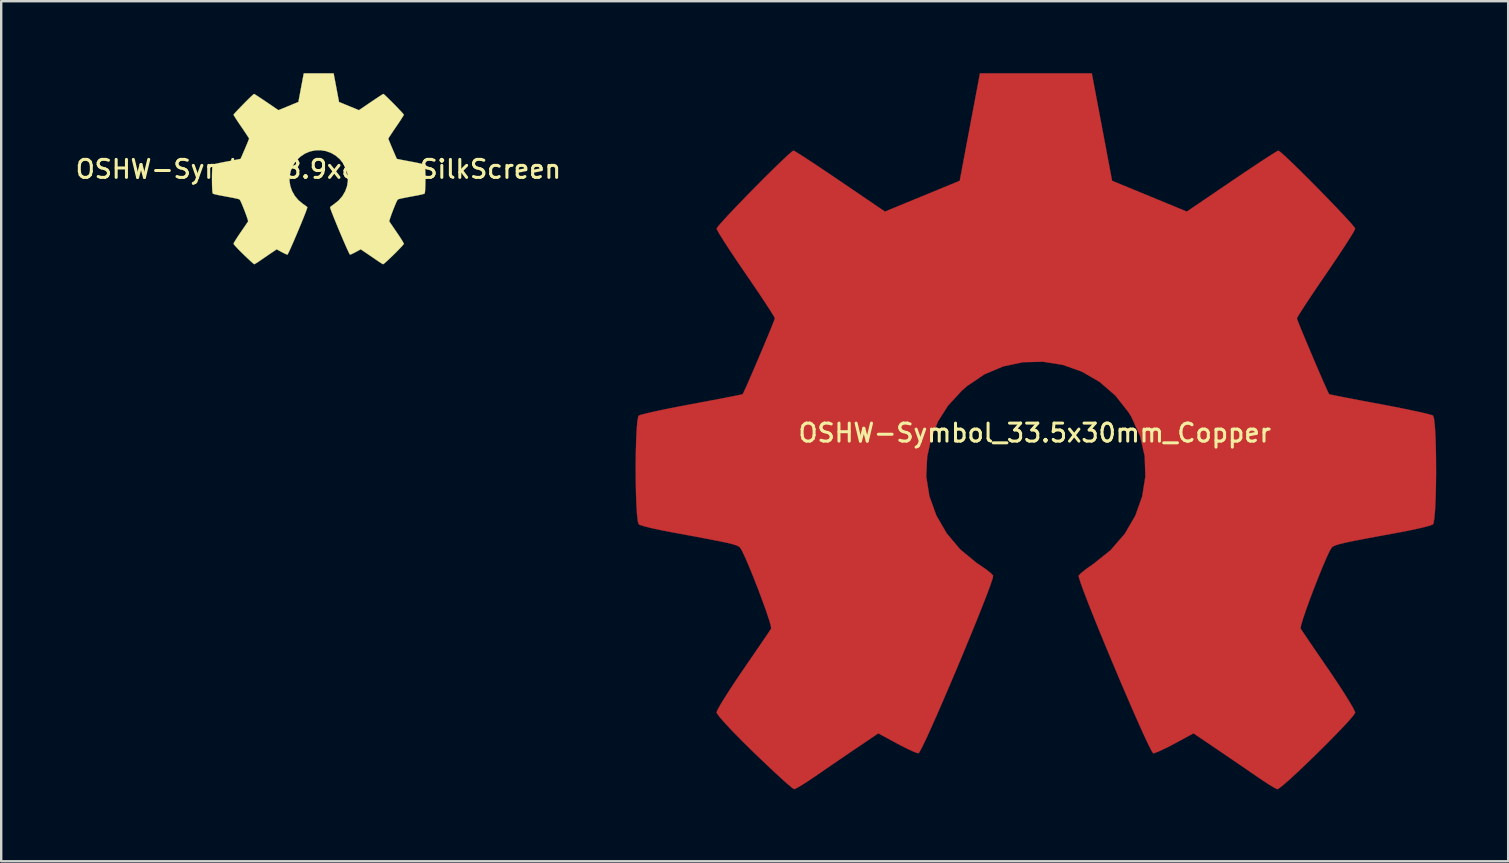
<source format=kicad_pcb>
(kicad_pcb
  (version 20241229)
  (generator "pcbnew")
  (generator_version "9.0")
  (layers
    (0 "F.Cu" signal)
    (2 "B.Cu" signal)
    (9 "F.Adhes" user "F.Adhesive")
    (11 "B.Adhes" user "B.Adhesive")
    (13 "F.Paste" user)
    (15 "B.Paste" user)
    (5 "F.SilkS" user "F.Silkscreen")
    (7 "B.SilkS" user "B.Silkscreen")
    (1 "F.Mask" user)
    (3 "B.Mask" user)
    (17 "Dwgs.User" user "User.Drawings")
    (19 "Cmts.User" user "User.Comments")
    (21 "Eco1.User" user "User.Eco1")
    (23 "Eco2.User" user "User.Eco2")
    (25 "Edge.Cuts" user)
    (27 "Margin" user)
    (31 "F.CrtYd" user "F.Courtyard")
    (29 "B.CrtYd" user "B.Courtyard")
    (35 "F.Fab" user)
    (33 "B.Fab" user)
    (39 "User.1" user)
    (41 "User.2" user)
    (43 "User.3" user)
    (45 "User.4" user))
  (footprint "OSHW-Symbol_8.9x8mm_SilkScreen"
    (layer "F.Cu")
    (at 10.22 4.002)
    (property "Reference" "OSHW-Symbol_8.9x8mm_SilkScreen" (at 0 0 0) (layer "F.SilkS") (effects (font (size 0.75 0.75) (thickness 0.125))))
    (attr exclude_from_pos_files exclude_from_bom allow_missing_courtyard)
    (fp_poly (pts (xy 0.747 -3.4) (xy 0.859 -2.802) (xy 1.275 -2.631) (xy 1.69 -2.46) (xy 2.188 -2.799) (xy 2.328 -2.893) (xy 2.454 -2.977) (xy 2.561 -3.048) (xy 2.643 -3.1) (xy 2.693 -3.131) (xy 2.707 -3.138) (xy 2.732 -3.121) (xy 2.785 -3.073) (xy 2.86 -3.002) (xy 2.952 -2.912) (xy 3.054 -2.811) (xy 3.161 -2.703) (xy 3.266 -2.596) (xy 3.363 -2.494) (xy 3.447 -2.405) (xy 3.512 -2.333) (xy 3.552 -2.286) (xy 3.561 -2.27) (xy 3.547 -2.241) (xy 3.509 -2.178) (xy 3.451 -2.086) (xy 3.376 -1.971) (xy 3.288 -1.841) (xy 3.237 -1.767) (xy 3.145 -1.632) (xy 3.063 -1.509) (xy 2.995 -1.406) (xy 2.945 -1.329) (xy 2.918 -1.283) (xy 2.914 -1.273) (xy 2.923 -1.245) (xy 2.948 -1.181) (xy 2.986 -1.09) (xy 3.032 -0.979) (xy 3.083 -0.859) (xy 3.134 -0.739) (xy 3.182 -0.627) (xy 3.224 -0.532) (xy 3.254 -0.464) (xy 3.271 -0.432) (xy 3.272 -0.431) (xy 3.297 -0.424) (xy 3.364 -0.411) (xy 3.466 -0.39) (xy 3.597 -0.365) (xy 3.748 -0.337) (xy 3.837 -0.32) (xy 3.998 -0.29) (xy 4.145 -0.26) (xy 4.268 -0.234) (xy 4.36 -0.213) (xy 4.415 -0.197) (xy 4.426 -0.193) (xy 4.437 -0.16) (xy 4.446 -0.086) (xy 4.452 0.02) (xy 4.457 0.15) (xy 4.46 0.296) (xy 4.46 0.448) (xy 4.458 0.598) (xy 4.455 0.737) (xy 4.449 0.857) (xy 4.441 0.949) (xy 4.431 1.005) (xy 4.425 1.016) (xy 4.39 1.03) (xy 4.316 1.05) (xy 4.212 1.074) (xy 4.089 1.098) (xy 4.046 1.106) (xy 3.838 1.144) (xy 3.674 1.175) (xy 3.548 1.2) (xy 3.455 1.219) (xy 3.389 1.235) (xy 3.346 1.248) (xy 3.318 1.26) (xy 3.302 1.272) (xy 3.3 1.274) (xy 3.278 1.311) (xy 3.243 1.384) (xy 3.2 1.484) (xy 3.153 1.601) (xy 3.103 1.727) (xy 3.056 1.852) (xy 3.014 1.969) (xy 2.981 2.067) (xy 2.96 2.138) (xy 2.954 2.173) (xy 2.954 2.174) (xy 2.973 2.203) (xy 3.016 2.266) (xy 3.078 2.357) (xy 3.154 2.469) (xy 3.241 2.596) (xy 3.266 2.632) (xy 3.355 2.763) (xy 3.433 2.883) (xy 3.496 2.984) (xy 3.539 3.06) (xy 3.56 3.103) (xy 3.561 3.109) (xy 3.544 3.137) (xy 3.496 3.193) (xy 3.424 3.271) (xy 3.334 3.365) (xy 3.232 3.468) (xy 3.124 3.575) (xy 3.016 3.68) (xy 2.914 3.776) (xy 2.825 3.858) (xy 2.755 3.919) (xy 2.709 3.954) (xy 2.696 3.959) (xy 2.667 3.946) (xy 2.607 3.91) (xy 2.526 3.857) (xy 2.463 3.815) (xy 2.35 3.737) (xy 2.216 3.645) (xy 2.081 3.553) (xy 2.009 3.504) (xy 1.764 3.339) (xy 1.559 3.45) (xy 1.465 3.499) (xy 1.385 3.536) (xy 1.331 3.558) (xy 1.318 3.561) (xy 1.301 3.539) (xy 1.269 3.476) (xy 1.223 3.379) (xy 1.165 3.253) (xy 1.099 3.103) (xy 1.027 2.936) (xy 0.951 2.758) (xy 0.873 2.574) (xy 0.796 2.39) (xy 0.723 2.211) (xy 0.655 2.044) (xy 0.596 1.895) (xy 0.547 1.768) (xy 0.511 1.671) (xy 0.491 1.608) (xy 0.488 1.586) (xy 0.513 1.558) (xy 0.57 1.514) (xy 0.644 1.461) (xy 0.651 1.457) (xy 0.844 1.302) (xy 1 1.122) (xy 1.117 0.921) (xy 1.194 0.706) (xy 1.229 0.483) (xy 1.222 0.257) (xy 1.17 0.034) (xy 1.073 -0.18) (xy 1.044 -0.226) (xy 0.896 -0.415) (xy 0.72 -0.567) (xy 0.524 -0.681) (xy 0.313 -0.756) (xy 0.093 -0.791) (xy -0.13 -0.786) (xy -0.349 -0.74) (xy -0.559 -0.652) (xy -0.753 -0.521) (xy -0.813 -0.468) (xy -0.966 -0.301) (xy -1.077 -0.126) (xy -1.153 0.07) (xy -1.196 0.265) (xy -1.206 0.483) (xy -1.171 0.703) (xy -1.094 0.916) (xy -0.979 1.116) (xy -0.829 1.294) (xy -0.647 1.444) (xy -0.623 1.46) (xy -0.548 1.512) (xy -0.49 1.557) (xy -0.463 1.585) (xy -0.462 1.586) (xy -0.468 1.617) (xy -0.492 1.687) (xy -0.53 1.791) (xy -0.581 1.922) (xy -0.642 2.076) (xy -0.711 2.245) (xy -0.786 2.425) (xy -0.863 2.61) (xy -0.941 2.793) (xy -1.016 2.97) (xy -1.088 3.134) (xy -1.152 3.279) (xy -1.208 3.4) (xy -1.251 3.491) (xy -1.281 3.546) (xy -1.293 3.561) (xy -1.329 3.55) (xy -1.397 3.519) (xy -1.485 3.476) (xy -1.534 3.45) (xy -1.739 3.339) (xy -1.984 3.504) (xy -2.109 3.589) (xy -2.246 3.683) (xy -2.374 3.77) (xy -2.438 3.815) (xy -2.528 3.875) (xy -2.605 3.923) (xy -2.658 3.953) (xy -2.675 3.959) (xy -2.7 3.942) (xy -2.755 3.895) (xy -2.835 3.823) (xy -2.934 3.731) (xy -3.048 3.623) (xy -3.12 3.554) (xy -3.245 3.431) (xy -3.354 3.32) (xy -3.441 3.227) (xy -3.503 3.157) (xy -3.534 3.114) (xy -3.537 3.105) (xy -3.523 3.072) (xy -3.485 3.005) (xy -3.426 2.911) (xy -3.352 2.796) (xy -3.266 2.668) (xy -3.241 2.632) (xy -3.152 2.502) (xy -3.072 2.386) (xy -3.006 2.288) (xy -2.958 2.217) (xy -2.932 2.178) (xy -2.93 2.174) (xy -2.933 2.143) (xy -2.953 2.076) (xy -2.985 1.98) (xy -3.026 1.865) (xy -3.073 1.74) (xy -3.123 1.614) (xy -3.171 1.495) (xy -3.214 1.394) (xy -3.25 1.318) (xy -3.273 1.276) (xy -3.275 1.274) (xy -3.29 1.262) (xy -3.314 1.25) (xy -3.355 1.237) (xy -3.416 1.222) (xy -3.503 1.204) (xy -3.622 1.18) (xy -3.779 1.151) (xy -3.978 1.114) (xy -4.021 1.106) (xy -4.149 1.082) (xy -4.26 1.058) (xy -4.345 1.036) (xy -4.394 1.02) (xy -4.401 1.016) (xy -4.411 0.983) (xy -4.42 0.909) (xy -4.427 0.802) (xy -4.432 0.672) (xy -4.434 0.526) (xy -4.435 0.374) (xy -4.434 0.224) (xy -4.43 0.085) (xy -4.425 -0.034) (xy -4.417 -0.126) (xy -4.407 -0.181) (xy -4.401 -0.193) (xy -4.369 -0.204) (xy -4.295 -0.222) (xy -4.186 -0.246) (xy -4.051 -0.274) (xy -3.896 -0.305) (xy -3.812 -0.32) (xy -3.652 -0.35) (xy -3.509 -0.377) (xy -3.391 -0.4) (xy -3.304 -0.418) (xy -3.255 -0.428) (xy -3.247 -0.431) (xy -3.233 -0.457) (xy -3.204 -0.52) (xy -3.164 -0.611) (xy -3.117 -0.721) (xy -3.065 -0.841) (xy -3.014 -0.962) (xy -2.967 -1.074) (xy -2.928 -1.17) (xy -2.901 -1.239) (xy -2.889 -1.273) (xy -2.889 -1.274) (xy -2.902 -1.301) (xy -2.94 -1.362) (xy -2.999 -1.452) (xy -3.074 -1.565) (xy -3.161 -1.694) (xy -3.212 -1.768) (xy -3.305 -1.904) (xy -3.387 -2.027) (xy -3.455 -2.132) (xy -3.505 -2.212) (xy -3.532 -2.26) (xy -3.536 -2.271) (xy -3.519 -2.296) (xy -3.473 -2.35) (xy -3.402 -2.426) (xy -3.314 -2.519) (xy -3.214 -2.623) (xy -3.108 -2.731) (xy -3.002 -2.838) (xy -2.902 -2.937) (xy -2.814 -3.022) (xy -2.743 -3.088) (xy -2.697 -3.128) (xy -2.682 -3.138) (xy -2.656 -3.124) (xy -2.596 -3.086) (xy -2.506 -3.028) (xy -2.393 -2.953) (xy -2.262 -2.866) (xy -2.163 -2.799) (xy -1.665 -2.46) (xy -1.25 -2.631) (xy -0.834 -2.802) (xy -0.722 -3.4) (xy -0.609 -3.997) (xy 0.634 -3.997) (xy 0.747 -3.4)) (stroke (width 0.01) (type solid)) (fill yes) (layer "F.SilkS")))
  (footprint "OSHW-Symbol_33.5x30mm_Copper"
    (layer "F.Cu")
    (at 40.076 14.993)
    (property "Reference" "OSHW-Symbol_33.5x30mm_Copper" (at 0 0 0) (layer "F.SilkS") (effects (font (size 0.75 0.75) (thickness 0.125))))
    (attr exclude_from_pos_files exclude_from_bom allow_missing_courtyard)
    (fp_poly (pts (xy 2.8 -12.748) (xy 3.222 -10.509) (xy 4.779 -9.867) (xy 6.337 -9.225) (xy 8.206 -10.495) (xy 8.73 -10.849) (xy 9.203 -11.165) (xy 9.603 -11.429) (xy 9.91 -11.626) (xy 10.1 -11.741) (xy 10.151 -11.766) (xy 10.244 -11.702) (xy 10.443 -11.525) (xy 10.726 -11.257) (xy 11.07 -10.921) (xy 11.453 -10.54) (xy 11.852 -10.137) (xy 12.246 -9.733) (xy 12.612 -9.352) (xy 12.927 -9.017) (xy 13.17 -8.75) (xy 13.318 -8.573) (xy 13.354 -8.514) (xy 13.303 -8.405) (xy 13.16 -8.166) (xy 12.94 -7.821) (xy 12.658 -7.393) (xy 12.33 -6.905) (xy 12.14 -6.627) (xy 11.793 -6.118) (xy 11.485 -5.66) (xy 11.23 -5.274) (xy 11.044 -4.983) (xy 10.941 -4.81) (xy 10.926 -4.774) (xy 10.961 -4.67) (xy 11.056 -4.43) (xy 11.197 -4.086) (xy 11.37 -3.672) (xy 11.56 -3.222) (xy 11.753 -2.77) (xy 11.934 -2.35) (xy 12.089 -1.996) (xy 12.204 -1.741) (xy 12.265 -1.619) (xy 12.268 -1.615) (xy 12.363 -1.591) (xy 12.615 -1.54) (xy 12.999 -1.464) (xy 13.488 -1.37) (xy 14.056 -1.263) (xy 14.387 -1.202) (xy 14.994 -1.086) (xy 15.542 -0.976) (xy 16.004 -0.878) (xy 16.352 -0.797) (xy 16.557 -0.74) (xy 16.599 -0.722) (xy 16.639 -0.599) (xy 16.672 -0.323) (xy 16.697 0.076) (xy 16.714 0.564) (xy 16.723 1.11) (xy 16.725 1.68) (xy 16.719 2.242) (xy 16.705 2.765) (xy 16.683 3.215) (xy 16.654 3.56) (xy 16.618 3.768) (xy 16.596 3.812) (xy 16.464 3.864) (xy 16.185 3.938) (xy 15.796 4.026) (xy 15.333 4.119) (xy 15.172 4.149) (xy 14.393 4.292) (xy 13.777 4.407) (xy 13.305 4.498) (xy 12.956 4.571) (xy 12.71 4.63) (xy 12.546 4.68) (xy 12.444 4.724) (xy 12.384 4.768) (xy 12.375 4.777) (xy 12.291 4.918) (xy 12.162 5.191) (xy 12.002 5.565) (xy 11.823 6.004) (xy 11.638 6.475) (xy 11.46 6.946) (xy 11.302 7.382) (xy 11.178 7.75) (xy 11.098 8.017) (xy 11.078 8.149) (xy 11.079 8.153) (xy 11.15 8.261) (xy 11.309 8.497) (xy 11.541 8.839) (xy 11.829 9.26) (xy 12.156 9.736) (xy 12.249 9.871) (xy 12.58 10.362) (xy 12.872 10.81) (xy 13.108 11.189) (xy 13.273 11.473) (xy 13.35 11.638) (xy 13.354 11.658) (xy 13.289 11.764) (xy 13.11 11.975) (xy 12.84 12.267) (xy 12.502 12.618) (xy 12.119 13.005) (xy 11.714 13.406) (xy 11.309 13.799) (xy 10.928 14.159) (xy 10.594 14.466) (xy 10.33 14.696) (xy 10.159 14.826) (xy 10.112 14.848) (xy 10.001 14.798) (xy 9.775 14.662) (xy 9.471 14.464) (xy 9.236 14.305) (xy 8.812 14.013) (xy 8.309 13.669) (xy 7.804 13.325) (xy 7.533 13.141) (xy 6.615 12.52) (xy 5.845 12.937) (xy 5.494 13.12) (xy 5.195 13.261) (xy 4.993 13.342) (xy 4.942 13.354) (xy 4.88 13.27) (xy 4.758 13.036) (xy 4.585 12.671) (xy 4.37 12.197) (xy 4.122 11.637) (xy 3.851 11.011) (xy 3.564 10.343) (xy 3.273 9.652) (xy 2.985 8.961) (xy 2.709 8.292) (xy 2.456 7.666) (xy 2.233 7.105) (xy 2.051 6.631) (xy 1.917 6.265) (xy 1.842 6.029) (xy 1.83 5.948) (xy 1.926 5.844) (xy 2.136 5.676) (xy 2.416 5.479) (xy 2.44 5.463) (xy 3.164 4.883) (xy 3.749 4.206) (xy 4.188 3.454) (xy 4.476 2.649) (xy 4.609 1.812) (xy 4.581 0.965) (xy 4.388 0.129) (xy 4.024 -0.673) (xy 3.917 -0.849) (xy 3.36 -1.558) (xy 2.701 -2.127) (xy 1.965 -2.554) (xy 1.173 -2.835) (xy 0.348 -2.967) (xy -0.487 -2.948) (xy -1.309 -2.775) (xy -2.095 -2.444) (xy -2.823 -1.953) (xy -3.048 -1.754) (xy -3.621 -1.13) (xy -4.038 -0.473) (xy -4.325 0.263) (xy -4.484 0.993) (xy -4.524 1.813) (xy -4.392 2.636) (xy -4.104 3.437) (xy -3.671 4.185) (xy -3.108 4.854) (xy -2.427 5.416) (xy -2.338 5.475) (xy -2.054 5.669) (xy -1.839 5.837) (xy -1.736 5.944) (xy -1.734 5.948) (xy -1.756 6.064) (xy -1.844 6.327) (xy -1.988 6.716) (xy -2.18 7.209) (xy -2.409 7.784) (xy -2.668 8.42) (xy -2.947 9.095) (xy -3.236 9.788) (xy -3.528 10.476) (xy -3.812 11.137) (xy -4.079 11.752) (xy -4.322 12.297) (xy -4.529 12.751) (xy -4.693 13.092) (xy -4.804 13.299) (xy -4.848 13.354) (xy -4.985 13.311) (xy -5.24 13.198) (xy -5.57 13.033) (xy -5.751 12.937) (xy -6.522 12.52) (xy -7.44 13.141) (xy -7.908 13.459) (xy -8.421 13.809) (xy -8.902 14.139) (xy -9.143 14.305) (xy -9.482 14.532) (xy -9.768 14.713) (xy -9.966 14.823) (xy -10.03 14.846) (xy -10.123 14.783) (xy -10.33 14.608) (xy -10.63 14.338) (xy -11.003 13.992) (xy -11.429 13.588) (xy -11.699 13.329) (xy -12.17 12.865) (xy -12.578 12.451) (xy -12.905 12.103) (xy -13.135 11.84) (xy -13.252 11.678) (xy -13.263 11.646) (xy -13.211 11.521) (xy -13.068 11.269) (xy -12.848 10.916) (xy -12.57 10.486) (xy -12.247 10.005) (xy -12.155 9.871) (xy -11.821 9.384) (xy -11.521 8.946) (xy -11.272 8.581) (xy -11.091 8.313) (xy -10.995 8.168) (xy -10.986 8.153) (xy -11 8.038) (xy -11.074 7.783) (xy -11.194 7.424) (xy -11.349 6.994) (xy -11.525 6.525) (xy -11.71 6.052) (xy -11.89 5.608) (xy -12.053 5.226) (xy -12.186 4.941) (xy -12.275 4.785) (xy -12.282 4.777) (xy -12.337 4.733) (xy -12.429 4.688) (xy -12.58 4.64) (xy -12.809 4.583) (xy -13.137 4.513) (xy -13.584 4.426) (xy -14.17 4.315) (xy -14.917 4.178) (xy -15.078 4.149) (xy -15.557 4.056) (xy -15.974 3.966) (xy -16.294 3.886) (xy -16.478 3.826) (xy -16.502 3.812) (xy -16.543 3.687) (xy -16.576 3.409) (xy -16.601 3.009) (xy -16.619 2.52) (xy -16.629 1.974) (xy -16.632 1.404) (xy -16.626 0.842) (xy -16.613 0.32) (xy -16.592 -0.129) (xy -16.564 -0.473) (xy -16.527 -0.68) (xy -16.505 -0.722) (xy -16.383 -0.765) (xy -16.105 -0.834) (xy -15.698 -0.924) (xy -15.19 -1.029) (xy -14.61 -1.142) (xy -14.294 -1.202) (xy -13.694 -1.314) (xy -13.159 -1.415) (xy -12.715 -1.501) (xy -12.388 -1.567) (xy -12.205 -1.606) (xy -12.175 -1.615) (xy -12.124 -1.713) (xy -12.016 -1.95) (xy -11.866 -2.292) (xy -11.688 -2.704) (xy -11.496 -3.154) (xy -11.304 -3.607) (xy -11.128 -4.029) (xy -10.981 -4.386) (xy -10.878 -4.645) (xy -10.833 -4.772) (xy -10.832 -4.778) (xy -10.883 -4.878) (xy -11.026 -5.108) (xy -11.246 -5.446) (xy -11.527 -5.868) (xy -11.855 -6.352) (xy -12.046 -6.63) (xy -12.394 -7.14) (xy -12.703 -7.602) (xy -12.958 -7.995) (xy -13.144 -8.293) (xy -13.246 -8.475) (xy -13.26 -8.515) (xy -13.197 -8.61) (xy -13.022 -8.812) (xy -12.758 -9.099) (xy -12.428 -9.448) (xy -12.052 -9.837) (xy -11.655 -10.242) (xy -11.257 -10.642) (xy -10.882 -11.013) (xy -10.551 -11.333) (xy -10.288 -11.58) (xy -10.114 -11.73) (xy -10.056 -11.766) (xy -9.961 -11.716) (xy -9.734 -11.574) (xy -9.398 -11.356) (xy -8.973 -11.075) (xy -8.483 -10.746) (xy -8.113 -10.495) (xy -6.244 -9.225) (xy -4.686 -9.867) (xy -3.128 -10.509) (xy -2.706 -12.748) (xy -2.284 -14.988) (xy 2.377 -14.988) (xy 2.8 -12.748)) (stroke (width 0.01) (type solid)) (fill yes) (layer "F.Cu")))
  (gr_rect
    (start -3 -3)
    (end 59.806 32.846)
    (stroke (width 0.1) (type default))
    (fill no)
    (layer "Edge.Cuts")))
</source>
